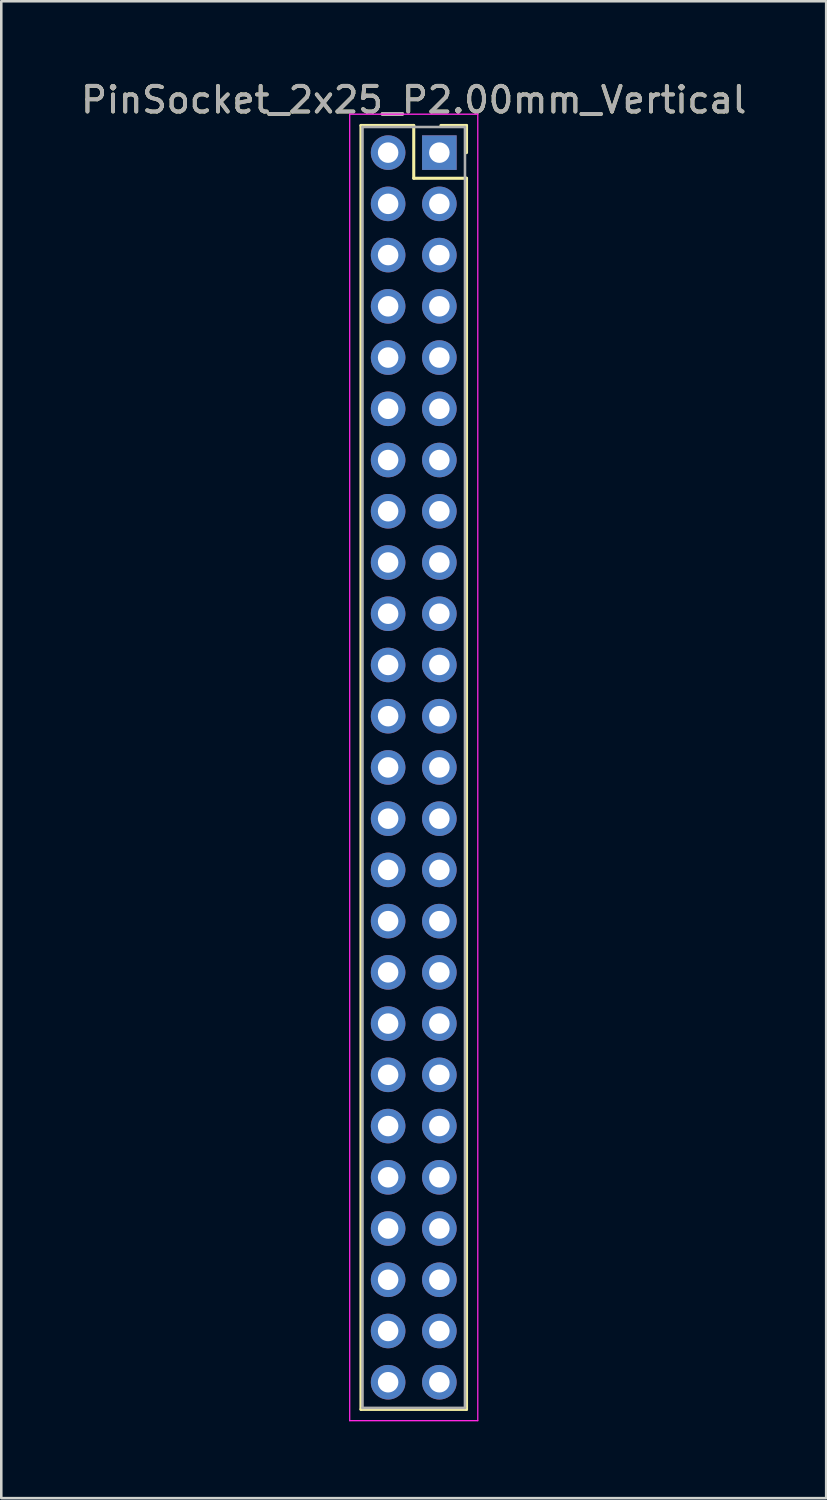
<source format=kicad_pcb>
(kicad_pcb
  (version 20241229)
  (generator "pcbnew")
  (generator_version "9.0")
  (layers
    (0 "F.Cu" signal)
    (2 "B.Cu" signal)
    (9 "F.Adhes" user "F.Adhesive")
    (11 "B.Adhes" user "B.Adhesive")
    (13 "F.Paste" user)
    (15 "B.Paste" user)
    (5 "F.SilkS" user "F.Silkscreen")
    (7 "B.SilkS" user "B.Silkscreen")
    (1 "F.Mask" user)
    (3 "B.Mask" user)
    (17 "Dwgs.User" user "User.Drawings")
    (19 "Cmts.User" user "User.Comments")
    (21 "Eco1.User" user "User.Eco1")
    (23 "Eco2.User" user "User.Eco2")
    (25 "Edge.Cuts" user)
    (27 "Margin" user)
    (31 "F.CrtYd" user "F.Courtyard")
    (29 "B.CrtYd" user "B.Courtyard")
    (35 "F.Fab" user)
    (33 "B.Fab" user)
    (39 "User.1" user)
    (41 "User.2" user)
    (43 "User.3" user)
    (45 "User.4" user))
  (footprint "PinSocket_2x25_P2.00mm_Vertical"
    (layer "F.Cu")
    (at 14.101 2.908)
    (property "Reference" "PinSocket_2x25_P2.00mm_Vertical" (at -1 -2.06 0) (layer "F.SilkS") (effects (font (size 1 1) (thickness 0.15))))
    (attr through_hole)
    (fp_line (start -3.06 -1.06) (end -1 -1.06) (stroke (width 0.12) (type solid)) (layer "F.SilkS"))
    (fp_line (start -3.06 49.06) (end -3.06 -1.06) (stroke (width 0.12) (type solid)) (layer "F.SilkS"))
    (fp_line (start -1 -1.06) (end -1 1) (stroke (width 0.12) (type solid)) (layer "F.SilkS"))
    (fp_line (start -1 1) (end 1.06 1) (stroke (width 0.12) (type solid)) (layer "F.SilkS"))
    (fp_line (start 1.06 -1.06) (end 0.06 -1.06) (stroke (width 0.12) (type solid)) (layer "F.SilkS"))
    (fp_line (start 1.06 0) (end 1.06 -1.06) (stroke (width 0.12) (type solid)) (layer "F.SilkS"))
    (fp_line (start 1.06 1) (end 1.06 49.06) (stroke (width 0.12) (type solid)) (layer "F.SilkS"))
    (fp_line (start 1.06 49.06) (end -3.06 49.06) (stroke (width 0.12) (type solid)) (layer "F.SilkS"))
    (fp_line (start -3.5 -1.5) (end -3.5 49.5) (stroke (width 0.05) (type solid)) (layer "F.CrtYd"))
    (fp_line (start -3.5 49.5) (end 1.5 49.5) (stroke (width 0.05) (type solid)) (layer "F.CrtYd"))
    (fp_line (start 1.5 -1.5) (end -3.5 -1.5) (stroke (width 0.05) (type solid)) (layer "F.CrtYd"))
    (fp_line (start 1.5 49.5) (end 1.5 -1.5) (stroke (width 0.05) (type solid)) (layer "F.CrtYd"))
    (fp_line (start -3 -1) (end -3 49) (stroke (width 0.1) (type solid)) (layer "F.Fab"))
    (fp_line (start -3 49) (end 1 49) (stroke (width 0.1) (type solid)) (layer "F.Fab"))
    (fp_line (start 1 -1) (end -3 -1) (stroke (width 0.1) (type solid)) (layer "F.Fab"))
    (fp_line (start 1 49) (end 1 -1) (stroke (width 0.1) (type solid)) (layer "F.Fab"))
    (fp_text user "${REFERENCE}" (at -1 -2.06 0) (layer "F.Fab") (effects (font (size 1 1) (thickness 0.15))))
    (pad "1" thru_hole rect (at 0 0) (size 1.35 1.35) (drill 0.8) (layers "*.Cu" "*.Mask"))
    (pad "2" thru_hole oval (at -2 0) (size 1.35 1.35) (drill 0.8) (layers "*.Cu" "*.Mask"))
    (pad "3" thru_hole oval (at 0 2) (size 1.35 1.35) (drill 0.8) (layers "*.Cu" "*.Mask"))
    (pad "4" thru_hole oval (at -2 2) (size 1.35 1.35) (drill 0.8) (layers "*.Cu" "*.Mask"))
    (pad "5" thru_hole oval (at 0 4) (size 1.35 1.35) (drill 0.8) (layers "*.Cu" "*.Mask"))
    (pad "6" thru_hole oval (at -2 4) (size 1.35 1.35) (drill 0.8) (layers "*.Cu" "*.Mask"))
    (pad "7" thru_hole oval (at 0 6) (size 1.35 1.35) (drill 0.8) (layers "*.Cu" "*.Mask"))
    (pad "8" thru_hole oval (at -2 6) (size 1.35 1.35) (drill 0.8) (layers "*.Cu" "*.Mask"))
    (pad "9" thru_hole oval (at 0 8) (size 1.35 1.35) (drill 0.8) (layers "*.Cu" "*.Mask"))
    (pad "10" thru_hole oval (at -2 8) (size 1.35 1.35) (drill 0.8) (layers "*.Cu" "*.Mask"))
    (pad "11" thru_hole oval (at 0 10) (size 1.35 1.35) (drill 0.8) (layers "*.Cu" "*.Mask"))
    (pad "12" thru_hole oval (at -2 10) (size 1.35 1.35) (drill 0.8) (layers "*.Cu" "*.Mask"))
    (pad "13" thru_hole oval (at 0 12) (size 1.35 1.35) (drill 0.8) (layers "*.Cu" "*.Mask"))
    (pad "14" thru_hole oval (at -2 12) (size 1.35 1.35) (drill 0.8) (layers "*.Cu" "*.Mask"))
    (pad "15" thru_hole oval (at 0 14) (size 1.35 1.35) (drill 0.8) (layers "*.Cu" "*.Mask"))
    (pad "16" thru_hole oval (at -2 14) (size 1.35 1.35) (drill 0.8) (layers "*.Cu" "*.Mask"))
    (pad "17" thru_hole oval (at 0 16) (size 1.35 1.35) (drill 0.8) (layers "*.Cu" "*.Mask"))
    (pad "18" thru_hole oval (at -2 16) (size 1.35 1.35) (drill 0.8) (layers "*.Cu" "*.Mask"))
    (pad "19" thru_hole oval (at 0 18) (size 1.35 1.35) (drill 0.8) (layers "*.Cu" "*.Mask"))
    (pad "20" thru_hole oval (at -2 18) (size 1.35 1.35) (drill 0.8) (layers "*.Cu" "*.Mask"))
    (pad "21" thru_hole oval (at 0 20) (size 1.35 1.35) (drill 0.8) (layers "*.Cu" "*.Mask"))
    (pad "22" thru_hole oval (at -2 20) (size 1.35 1.35) (drill 0.8) (layers "*.Cu" "*.Mask"))
    (pad "23" thru_hole oval (at 0 22) (size 1.35 1.35) (drill 0.8) (layers "*.Cu" "*.Mask"))
    (pad "24" thru_hole oval (at -2 22) (size 1.35 1.35) (drill 0.8) (layers "*.Cu" "*.Mask"))
    (pad "25" thru_hole oval (at 0 24) (size 1.35 1.35) (drill 0.8) (layers "*.Cu" "*.Mask"))
    (pad "26" thru_hole oval (at -2 24) (size 1.35 1.35) (drill 0.8) (layers "*.Cu" "*.Mask"))
    (pad "27" thru_hole oval (at 0 26) (size 1.35 1.35) (drill 0.8) (layers "*.Cu" "*.Mask"))
    (pad "28" thru_hole oval (at -2 26) (size 1.35 1.35) (drill 0.8) (layers "*.Cu" "*.Mask"))
    (pad "29" thru_hole oval (at 0 28) (size 1.35 1.35) (drill 0.8) (layers "*.Cu" "*.Mask"))
    (pad "30" thru_hole oval (at -2 28) (size 1.35 1.35) (drill 0.8) (layers "*.Cu" "*.Mask"))
    (pad "31" thru_hole oval (at 0 30) (size 1.35 1.35) (drill 0.8) (layers "*.Cu" "*.Mask"))
    (pad "32" thru_hole oval (at -2 30) (size 1.35 1.35) (drill 0.8) (layers "*.Cu" "*.Mask"))
    (pad "33" thru_hole oval (at 0 32) (size 1.35 1.35) (drill 0.8) (layers "*.Cu" "*.Mask"))
    (pad "34" thru_hole oval (at -2 32) (size 1.35 1.35) (drill 0.8) (layers "*.Cu" "*.Mask"))
    (pad "35" thru_hole oval (at 0 34) (size 1.35 1.35) (drill 0.8) (layers "*.Cu" "*.Mask"))
    (pad "36" thru_hole oval (at -2 34) (size 1.35 1.35) (drill 0.8) (layers "*.Cu" "*.Mask"))
    (pad "37" thru_hole oval (at 0 36) (size 1.35 1.35) (drill 0.8) (layers "*.Cu" "*.Mask"))
    (pad "38" thru_hole oval (at -2 36) (size 1.35 1.35) (drill 0.8) (layers "*.Cu" "*.Mask"))
    (pad "39" thru_hole oval (at 0 38) (size 1.35 1.35) (drill 0.8) (layers "*.Cu" "*.Mask"))
    (pad "40" thru_hole oval (at -2 38) (size 1.35 1.35) (drill 0.8) (layers "*.Cu" "*.Mask"))
    (pad "41" thru_hole oval (at 0 40) (size 1.35 1.35) (drill 0.8) (layers "*.Cu" "*.Mask"))
    (pad "42" thru_hole oval (at -2 40) (size 1.35 1.35) (drill 0.8) (layers "*.Cu" "*.Mask"))
    (pad "43" thru_hole oval (at 0 42) (size 1.35 1.35) (drill 0.8) (layers "*.Cu" "*.Mask"))
    (pad "44" thru_hole oval (at -2 42) (size 1.35 1.35) (drill 0.8) (layers "*.Cu" "*.Mask"))
    (pad "45" thru_hole oval (at 0 44) (size 1.35 1.35) (drill 0.8) (layers "*.Cu" "*.Mask"))
    (pad "46" thru_hole oval (at -2 44) (size 1.35 1.35) (drill 0.8) (layers "*.Cu" "*.Mask"))
    (pad "47" thru_hole oval (at 0 46) (size 1.35 1.35) (drill 0.8) (layers "*.Cu" "*.Mask"))
    (pad "48" thru_hole oval (at -2 46) (size 1.35 1.35) (drill 0.8) (layers "*.Cu" "*.Mask"))
    (pad "49" thru_hole oval (at 0 48) (size 1.35 1.35) (drill 0.8) (layers "*.Cu" "*.Mask"))
    (pad "50" thru_hole oval (at -2 48) (size 1.35 1.35) (drill 0.8) (layers "*.Cu" "*.Mask")))
  (gr_rect
    (start -3 -3)
    (end 29.202 55.433)
    (stroke (width 0.1) (type default))
    (fill no)
    (layer "Edge.Cuts")))
</source>
